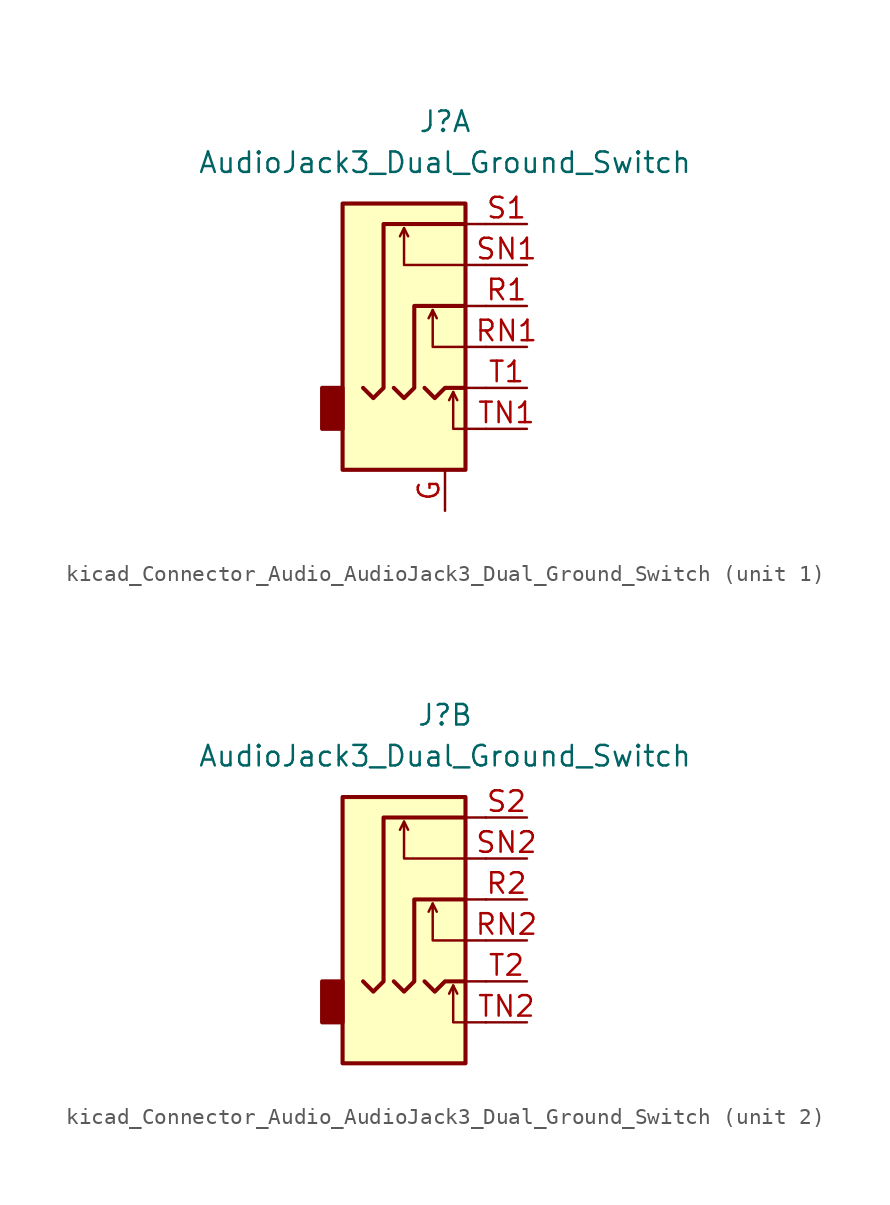
<source format=kicad_sym>
(kicad_symbol_lib
  (version 20220914)
  (generator kicad_symbol_editor)
  (symbol "kicad_Connector_Audio_AudioJack3_Dual_Ground_Switch"
    (property "Reference" "J"
      (at 0 11.43 0)
      (effects (font (size 1.27 1.27))))
    (property "Value" "AudioJack3_Dual_Ground_Switch"
      (at 0 8.89 0)
      (effects (font (size 1.27 1.27))))
    (symbol "kicad_Connector_Audio_AudioJack3_Dual_Ground_Switch_0_1"
      (rectangle (start -6.35 -5.08) (end -7.62 -7.62) (stroke (width 0.254) (type default)) (fill (type outline)))
      (polyline (pts (xy -2.54 4.826) (xy -2.286 4.318)) (stroke (width 0) (type default)) (fill (type none)))
      (polyline (pts (xy -0.762 -0.254) (xy -0.508 -0.762)) (stroke (width 0) (type default)) (fill (type none)))
      (polyline (pts (xy 0.508 -5.334) (xy 0.762 -5.842)) (stroke (width 0) (type default)) (fill (type none)))
      (polyline (pts (xy 1.27 0) (xy 2.54 0)) (stroke (width 0) (type default)) (fill (type none)))
      (polyline (pts (xy 2.54 -5.08) (xy 1.27 -5.08)) (stroke (width 0) (type default)) (fill (type none)))
      (polyline (pts (xy 2.54 5.08) (xy 1.27 5.08)) (stroke (width 0) (type default)) (fill (type none)))
      (polyline (pts (xy -1.27 -5.08) (xy -0.635 -5.715) (xy 0 -5.08) (xy 1.27 -5.08)) (stroke (width 0.254) (type default)) (fill (type none)))
      (polyline (pts (xy 2.54 -7.62) (xy 0.508 -7.62) (xy 0.508 -5.334) (xy 0.254 -5.842)) (stroke (width 0) (type default)) (fill (type none)))
      (polyline (pts (xy 2.54 -2.54) (xy -0.762 -2.54) (xy -0.762 -0.254) (xy -1.016 -0.762)) (stroke (width 0) (type default)) (fill (type none)))
      (polyline (pts (xy 2.54 2.54) (xy -2.54 2.54) (xy -2.54 4.826) (xy -2.794 4.318)) (stroke (width 0) (type default)) (fill (type none)))
      (polyline (pts (xy -3.175 -5.08) (xy -2.54 -5.715) (xy -1.905 -5.08) (xy -1.905 0) (xy 1.27 0)) (stroke (width 0.254) (type default)) (fill (type none)))
      (polyline (pts (xy 1.27 5.08) (xy -3.81 5.08) (xy -3.81 -5.08) (xy -4.445 -5.715) (xy -5.08 -5.08)) (stroke (width 0.254) (type default)) (fill (type none)))
      (rectangle (start 1.27 6.35) (end -6.35 -10.16) (stroke (width 0.254) (type default)) (fill (type background))))
    (symbol "kicad_Connector_Audio_AudioJack3_Dual_Ground_Switch_1_1"
      (pin passive line (at 0 -12.7 90) (length 2.54) (name "~" (effects (font (size 1.27 1.27)))) (number "G" (effects (font (size 1.27 1.27)))))
      (pin passive line (at 5.08 0 180) (length 2.54) (name "~" (effects (font (size 1.27 1.27)))) (number "R1" (effects (font (size 1.27 1.27)))))
      (pin passive line (at 5.08 -2.54 180) (length 2.54) (name "~" (effects (font (size 1.27 1.27)))) (number "RN1" (effects (font (size 1.27 1.27)))))
      (pin passive line (at 5.08 5.08 180) (length 2.54) (name "~" (effects (font (size 1.27 1.27)))) (number "S1" (effects (font (size 1.27 1.27)))))
      (pin passive line (at 5.08 2.54 180) (length 2.54) (name "~" (effects (font (size 1.27 1.27)))) (number "SN1" (effects (font (size 1.27 1.27)))))
      (pin passive line (at 5.08 -5.08 180) (length 2.54) (name "~" (effects (font (size 1.27 1.27)))) (number "T1" (effects (font (size 1.27 1.27)))))
      (pin passive line (at 5.08 -7.62 180) (length 2.54) (name "~" (effects (font (size 1.27 1.27)))) (number "TN1" (effects (font (size 1.27 1.27))))))
    (symbol "kicad_Connector_Audio_AudioJack3_Dual_Ground_Switch_2_1"
      (pin passive line (at 5.08 0 180) (length 2.54) (name "~" (effects (font (size 1.27 1.27)))) (number "R2" (effects (font (size 1.27 1.27)))))
      (pin passive line (at 5.08 -2.54 180) (length 2.54) (name "~" (effects (font (size 1.27 1.27)))) (number "RN2" (effects (font (size 1.27 1.27)))))
      (pin passive line (at 5.08 5.08 180) (length 2.54) (name "~" (effects (font (size 1.27 1.27)))) (number "S2" (effects (font (size 1.27 1.27)))))
      (pin passive line (at 5.08 2.54 180) (length 2.54) (name "~" (effects (font (size 1.27 1.27)))) (number "SN2" (effects (font (size 1.27 1.27)))))
      (pin passive line (at 5.08 -5.08 180) (length 2.54) (name "~" (effects (font (size 1.27 1.27)))) (number "T2" (effects (font (size 1.27 1.27)))))
      (pin passive line (at 5.08 -7.62 180) (length 2.54) (name "~" (effects (font (size 1.27 1.27)))) (number "TN2" (effects (font (size 1.27 1.27))))))))
</source>
